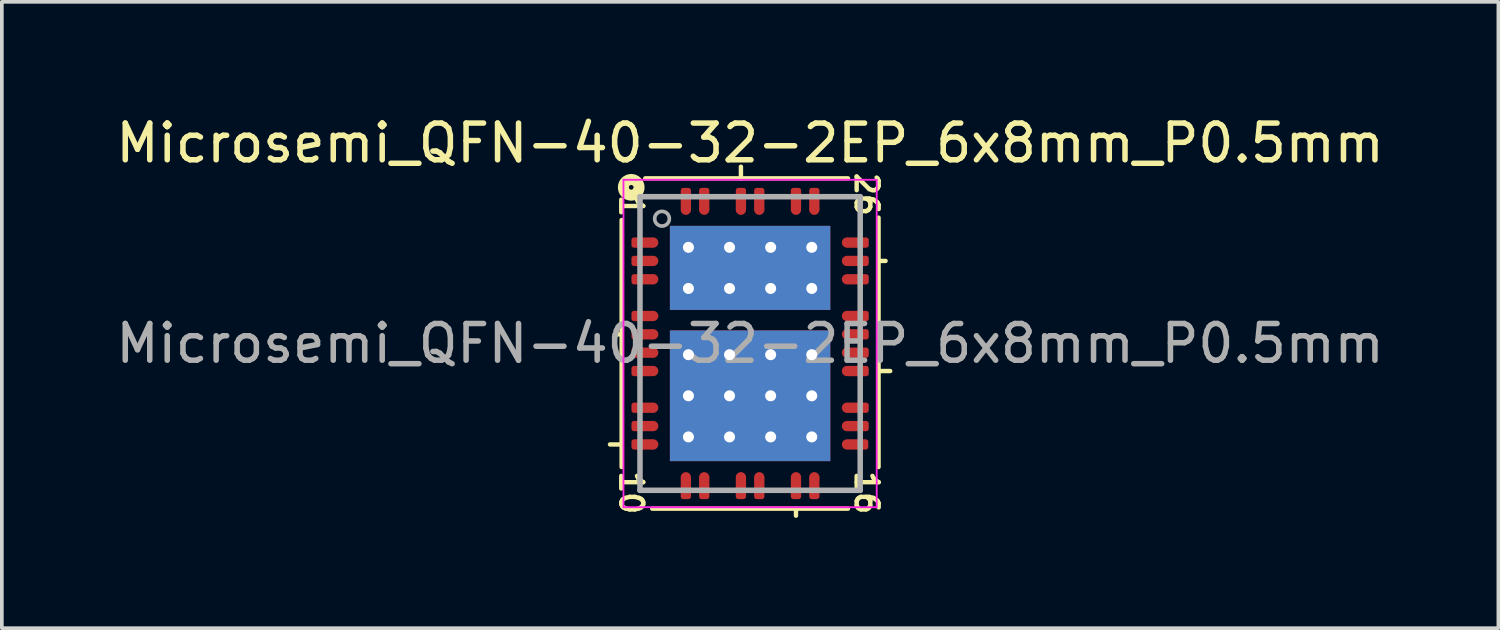
<source format=kicad_pcb>
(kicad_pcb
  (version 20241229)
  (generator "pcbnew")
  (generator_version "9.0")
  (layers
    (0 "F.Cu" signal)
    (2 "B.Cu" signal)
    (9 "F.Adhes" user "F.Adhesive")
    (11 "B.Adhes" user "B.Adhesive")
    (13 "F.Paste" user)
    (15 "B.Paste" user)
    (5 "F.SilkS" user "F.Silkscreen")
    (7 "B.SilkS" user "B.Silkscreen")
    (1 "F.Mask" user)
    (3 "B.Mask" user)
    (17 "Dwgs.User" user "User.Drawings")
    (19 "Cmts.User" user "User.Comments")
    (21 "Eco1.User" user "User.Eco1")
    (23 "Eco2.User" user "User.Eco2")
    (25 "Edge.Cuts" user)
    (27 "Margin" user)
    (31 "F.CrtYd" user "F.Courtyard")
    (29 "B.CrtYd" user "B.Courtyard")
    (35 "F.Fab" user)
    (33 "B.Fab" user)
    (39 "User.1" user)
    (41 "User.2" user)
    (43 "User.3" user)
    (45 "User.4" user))
  (footprint "Microsemi_QFN-40-32-2EP_6x8mm_P0.5mm"
    (layer "F.Cu")
    (at 17.387 6.309)
    (property "Reference" "Microsemi_QFN-40-32-2EP_6x8mm_P0.5mm" (at 0 -5.461 0) (layer "F.SilkS") (effects (font (size 1 1) (thickness 0.15))))
    (attr smd)
    (fp_line (start -3.5 -0.25) (end -3.691 -0.25) (stroke (width 0.12) (type solid)) (layer "F.SilkS"))
    (fp_line (start -3.5 2.75) (end -3.817 2.75) (stroke (width 0.12) (type solid)) (layer "F.SilkS"))
    (fp_line (start -3.5 3.365) (end -3.5 -3.365) (stroke (width 0.12) (type solid)) (layer "F.SilkS"))
    (fp_line (start -2.857 -4.5) (end 2.667 -4.5) (stroke (width 0.12) (type solid)) (layer "F.SilkS"))
    (fp_line (start -0.25 -4.5) (end -0.25 -4.817) (stroke (width 0.12) (type solid)) (layer "F.SilkS"))
    (fp_line (start 1.25 4.5) (end 1.25 4.691) (stroke (width 0.12) (type solid)) (layer "F.SilkS"))
    (fp_line (start 2.667 4.5) (end -2.667 4.5) (stroke (width 0.12) (type solid)) (layer "F.SilkS"))
    (fp_line (start 3.5 -3.429) (end 3.5 3.365) (stroke (width 0.12) (type solid)) (layer "F.SilkS"))
    (fp_line (start 3.5 -2.25) (end 3.691 -2.25) (stroke (width 0.12) (type solid)) (layer "F.SilkS"))
    (fp_line (start 3.5 0.75) (end 3.817 0.75) (stroke (width 0.12) (type solid)) (layer "F.SilkS"))
    (fp_circle (center -3.239 -4.255) (end -3.175 -4.255) (stroke (width 0.3) (type solid)) (fill no) (layer "F.SilkS"))
    (fp_line (start -3.45 -4.46) (end -3.45 4.46) (stroke (width 0.05) (type solid)) (layer "F.CrtYd"))
    (fp_line (start -3.45 -4.46) (end 3.45 -4.46) (stroke (width 0.05) (type solid)) (layer "F.CrtYd"))
    (fp_line (start -3.45 4.46) (end 3.45 4.46) (stroke (width 0.05) (type solid)) (layer "F.CrtYd"))
    (fp_line (start 3.45 -4.46) (end 3.45 4.46) (stroke (width 0.05) (type solid)) (layer "F.CrtYd"))
    (fp_line (start -3 -4) (end 3 -4) (stroke (width 0.15) (type solid)) (layer "F.Fab"))
    (fp_line (start -3 4) (end -3 -4) (stroke (width 0.15) (type solid)) (layer "F.Fab"))
    (fp_line (start 3 -4) (end 3 4) (stroke (width 0.15) (type solid)) (layer "F.Fab"))
    (fp_line (start 3 4) (end -3 4) (stroke (width 0.15) (type solid)) (layer "F.Fab"))
    (fp_circle (center -2.4 -3.4) (end -2.2 -3.4) (stroke (width 0.1) (type solid)) (fill no) (layer "F.Fab"))
    (fp_text user "26" (at 3.175 -4.064 270) (unlocked yes) (layer "F.SilkS") (effects (font (size 0.6 0.6) (thickness 0.12))))
    (fp_text user "10" (at -3.239 4.064 270) (unlocked yes) (layer "F.SilkS") (effects (font (size 0.6 0.6) (thickness 0.12))))
    (fp_text user "16" (at 3.175 4.064 270) (unlocked yes) (layer "F.SilkS") (effects (font (size 0.6 0.6) (thickness 0.12))))
    (fp_text user "1" (at -3.239 -3.747 270) (unlocked yes) (layer "F.SilkS") (effects (font (size 0.6 0.6) (thickness 0.12))))
    (fp_text user "${REFERENCE}" (at 0 0 0) (layer "F.Fab") (effects (font (size 1 1) (thickness 0.15))))
    (pad "" smd roundrect (at -1.1 -2.06) (size 1.8 1.8) (layers "F.Paste") (roundrect_rratio 0.149))
    (pad "" smd roundrect (at -1.1 1.425) (size 1.8 3.03) (layers "F.Paste") (roundrect_rratio 0.149))
    (pad "" smd roundrect (at 1.1 -2.06) (size 1.8 1.8) (layers "F.Paste") (roundrect_rratio 0.149))
    (pad "" smd roundrect (at 1.1 1.425) (size 1.8 3.03) (layers "F.Paste") (roundrect_rratio 0.149))
    (pad "1" smd roundrect (at -2.92 -2.75) (size 0.625 0.28) (layers "F.Cu" "F.Mask" "F.Paste") (roundrect_rratio 0.25))
    (pad "1" smd circle (at -2.64 -2.75) (size 0.28 0.28) (layers "F.Cu" "F.Mask" "F.Paste"))
    (pad "2" smd roundrect (at -2.92 -2.25) (size 0.625 0.28) (layers "F.Cu" "F.Mask" "F.Paste") (roundrect_rratio 0.25))
    (pad "2" smd circle (at -2.64 -2.25) (size 0.28 0.28) (layers "F.Cu" "F.Mask" "F.Paste"))
    (pad "3" smd roundrect (at -2.92 -1.75) (size 0.625 0.28) (layers "F.Cu" "F.Mask" "F.Paste") (roundrect_rratio 0.25))
    (pad "3" smd circle (at -2.64 -1.75) (size 0.28 0.28) (layers "F.Cu" "F.Mask" "F.Paste"))
    (pad "4" smd roundrect (at -2.92 -0.75) (size 0.625 0.28) (layers "F.Cu" "F.Mask" "F.Paste") (roundrect_rratio 0.25))
    (pad "4" smd circle (at -2.64 -0.75) (size 0.28 0.28) (layers "F.Cu" "F.Mask" "F.Paste"))
    (pad "5" smd roundrect (at -2.92 -0.25) (size 0.625 0.28) (layers "F.Cu" "F.Mask" "F.Paste") (roundrect_rratio 0.25))
    (pad "5" smd circle (at -2.64 -0.25) (size 0.28 0.28) (layers "F.Cu" "F.Mask" "F.Paste"))
    (pad "6" smd roundrect (at -2.92 0.25) (size 0.625 0.28) (layers "F.Cu" "F.Mask" "F.Paste") (roundrect_rratio 0.25))
    (pad "6" smd circle (at -2.64 0.25) (size 0.28 0.28) (layers "F.Cu" "F.Mask" "F.Paste"))
    (pad "7" smd roundrect (at -2.92 0.75) (size 0.625 0.28) (layers "F.Cu" "F.Mask" "F.Paste") (roundrect_rratio 0.25))
    (pad "7" smd circle (at -2.64 0.75) (size 0.28 0.28) (layers "F.Cu" "F.Mask" "F.Paste"))
    (pad "8" smd roundrect (at -2.92 1.75) (size 0.625 0.28) (layers "F.Cu" "F.Mask" "F.Paste") (roundrect_rratio 0.25))
    (pad "8" smd circle (at -2.64 1.75) (size 0.28 0.28) (layers "F.Cu" "F.Mask" "F.Paste"))
    (pad "9" smd roundrect (at -2.92 2.25) (size 0.625 0.28) (layers "F.Cu" "F.Mask" "F.Paste") (roundrect_rratio 0.25))
    (pad "9" smd circle (at -2.64 2.25) (size 0.28 0.28) (layers "F.Cu" "F.Mask" "F.Paste"))
    (pad "10" smd roundrect (at -2.92 2.75) (size 0.625 0.28) (layers "F.Cu" "F.Mask" "F.Paste") (roundrect_rratio 0.25))
    (pad "10" smd circle (at -2.64 2.75) (size 0.28 0.28) (layers "F.Cu" "F.Mask" "F.Paste"))
    (pad "11" smd circle (at -1.75 3.645) (size 0.28 0.28) (layers "F.Cu" "F.Mask" "F.Paste"))
    (pad "11" smd roundrect (at -1.75 3.925) (size 0.28 0.63) (layers "F.Cu" "F.Mask" "F.Paste") (roundrect_rratio 0.25))
    (pad "12" smd circle (at -1.25 3.645) (size 0.28 0.28) (layers "F.Cu" "F.Mask" "F.Paste"))
    (pad "12" smd roundrect (at -1.25 3.925) (size 0.28 0.63) (layers "F.Cu" "F.Mask" "F.Paste") (roundrect_rratio 0.25))
    (pad "13" smd circle (at -0.25 3.645) (size 0.28 0.28) (layers "F.Cu" "F.Mask" "F.Paste"))
    (pad "13" smd roundrect (at -0.25 3.925) (size 0.28 0.63) (layers "F.Cu" "F.Mask" "F.Paste") (roundrect_rratio 0.25))
    (pad "14" smd circle (at 0.25 3.645) (size 0.28 0.28) (layers "F.Cu" "F.Mask" "F.Paste"))
    (pad "14" smd roundrect (at 0.25 3.925) (size 0.28 0.63) (layers "F.Cu" "F.Mask" "F.Paste") (roundrect_rratio 0.25))
    (pad "15" smd circle (at 1.25 3.645) (size 0.28 0.28) (layers "F.Cu" "F.Mask" "F.Paste"))
    (pad "15" smd roundrect (at 1.25 3.925) (size 0.28 0.63) (layers "F.Cu" "F.Mask" "F.Paste") (roundrect_rratio 0.25))
    (pad "16" smd circle (at 1.75 3.645) (size 0.28 0.28) (layers "F.Cu" "F.Mask" "F.Paste"))
    (pad "16" smd roundrect (at 1.75 3.925) (size 0.28 0.63) (layers "F.Cu" "F.Mask" "F.Paste") (roundrect_rratio 0.25))
    (pad "17" smd circle (at 2.64 2.75) (size 0.28 0.28) (layers "F.Cu" "F.Mask" "F.Paste"))
    (pad "17" smd roundrect (at 2.92 2.75) (size 0.6 0.28) (layers "F.Cu" "F.Mask" "F.Paste") (roundrect_rratio 0.25))
    (pad "18" smd circle (at 2.64 2.25) (size 0.28 0.28) (layers "F.Cu" "F.Mask" "F.Paste"))
    (pad "18" smd roundrect (at 2.92 2.25) (size 0.625 0.28) (layers "F.Cu" "F.Mask" "F.Paste") (roundrect_rratio 0.25))
    (pad "19" smd circle (at 2.64 1.75) (size 0.28 0.28) (layers "F.Cu" "F.Mask" "F.Paste"))
    (pad "19" smd roundrect (at 2.92 1.75) (size 0.625 0.28) (layers "F.Cu" "F.Mask" "F.Paste") (roundrect_rratio 0.25))
    (pad "20" smd circle (at 2.64 0.75) (size 0.28 0.28) (layers "F.Cu" "F.Mask" "F.Paste"))
    (pad "20" smd roundrect (at 2.92 0.75) (size 0.625 0.28) (layers "F.Cu" "F.Mask" "F.Paste") (roundrect_rratio 0.25))
    (pad "21" smd circle (at 2.64 0.25) (size 0.28 0.28) (layers "F.Cu" "F.Mask" "F.Paste"))
    (pad "21" smd roundrect (at 2.92 0.25) (size 0.625 0.28) (layers "F.Cu" "F.Mask" "F.Paste") (roundrect_rratio 0.25))
    (pad "22" smd circle (at 2.64 -0.25) (size 0.28 0.28) (layers "F.Cu" "F.Mask" "F.Paste"))
    (pad "22" smd roundrect (at 2.92 -0.25) (size 0.625 0.28) (layers "F.Cu" "F.Mask" "F.Paste") (roundrect_rratio 0.25))
    (pad "23" smd circle (at 2.64 -0.75) (size 0.28 0.28) (layers "F.Cu" "F.Mask" "F.Paste"))
    (pad "23" smd roundrect (at 2.92 -0.75) (size 0.625 0.28) (layers "F.Cu" "F.Mask" "F.Paste") (roundrect_rratio 0.25))
    (pad "24" smd circle (at 2.64 -1.75) (size 0.28 0.28) (layers "F.Cu" "F.Mask" "F.Paste"))
    (pad "24" smd roundrect (at 2.92 -1.75) (size 0.625 0.28) (layers "F.Cu" "F.Mask" "F.Paste") (roundrect_rratio 0.25))
    (pad "25" smd circle (at 2.64 -2.25) (size 0.28 0.28) (layers "F.Cu" "F.Mask" "F.Paste"))
    (pad "25" smd roundrect (at 2.92 -2.25) (size 0.625 0.28) (layers "F.Cu" "F.Mask" "F.Paste") (roundrect_rratio 0.25))
    (pad "26" smd circle (at 2.64 -2.75) (size 0.28 0.28) (layers "F.Cu" "F.Mask" "F.Paste"))
    (pad "26" smd roundrect (at 2.92 -2.75) (size 0.625 0.28) (layers "F.Cu" "F.Mask" "F.Paste") (roundrect_rratio 0.25))
    (pad "27" smd roundrect (at 1.75 -3.925) (size 0.28 0.63) (layers "F.Cu" "F.Mask" "F.Paste") (roundrect_rratio 0.25))
    (pad "27" smd circle (at 1.75 -3.645) (size 0.28 0.28) (layers "F.Cu" "F.Mask" "F.Paste"))
    (pad "28" smd roundrect (at 1.25 -3.925) (size 0.28 0.63) (layers "F.Cu" "F.Mask" "F.Paste") (roundrect_rratio 0.25))
    (pad "28" smd circle (at 1.25 -3.645) (size 0.28 0.28) (layers "F.Cu" "F.Mask" "F.Paste"))
    (pad "29" smd roundrect (at 0.25 -3.925) (size 0.28 0.63) (layers "F.Cu" "F.Mask" "F.Paste") (roundrect_rratio 0.25))
    (pad "29" smd circle (at 0.25 -3.645) (size 0.28 0.28) (layers "F.Cu" "F.Mask" "F.Paste"))
    (pad "30" smd roundrect (at -0.25 -3.925) (size 0.28 0.63) (layers "F.Cu" "F.Mask" "F.Paste") (roundrect_rratio 0.25))
    (pad "30" smd circle (at -0.25 -3.645) (size 0.28 0.28) (layers "F.Cu" "F.Mask" "F.Paste"))
    (pad "31" smd roundrect (at -1.25 -3.925) (size 0.28 0.63) (layers "F.Cu" "F.Mask" "F.Paste") (roundrect_rratio 0.25))
    (pad "31" smd circle (at -1.25 -3.645) (size 0.28 0.28) (layers "F.Cu" "F.Mask" "F.Paste"))
    (pad "32" smd roundrect (at -1.75 -3.925) (size 0.28 0.63) (layers "F.Cu" "F.Mask" "F.Paste") (roundrect_rratio 0.25))
    (pad "32" smd circle (at -1.75 -3.645) (size 0.28 0.28) (layers "F.Cu" "F.Mask" "F.Paste"))
    (pad "33" thru_hole circle (at -1.68 -2.62) (size 0.6 0.6) (drill 0.3) (layers "*.Cu" "*.Mask"))
    (pad "33" thru_hole circle (at -1.68 -1.5) (size 0.6 0.6) (drill 0.3) (layers "*.Cu" "*.Mask"))
    (pad "33" thru_hole circle (at -0.56 -2.62) (size 0.6 0.6) (drill 0.3) (layers "*.Cu" "*.Mask"))
    (pad "33" thru_hole circle (at -0.56 -1.5) (size 0.6 0.6) (drill 0.3) (layers "*.Cu" "*.Mask"))
    (pad "33" smd rect (at 0 -2.06) (size 4.37 2.29) (layers "F.Cu" "F.Mask"))
    (pad "33" smd rect (at 0 -2.06) (size 4.37 2.29) (layers "B.Cu" "B.Mask"))
    (pad "33" thru_hole circle (at 0.56 -2.62) (size 0.6 0.6) (drill 0.3) (layers "*.Cu" "*.Mask"))
    (pad "33" thru_hole circle (at 0.56 -1.5) (size 0.6 0.6) (drill 0.3) (layers "*.Cu" "*.Mask"))
    (pad "33" thru_hole circle (at 1.68 -2.62) (size 0.6 0.6) (drill 0.3) (layers "*.Cu" "*.Mask"))
    (pad "33" thru_hole circle (at 1.68 -1.5) (size 0.6 0.6) (drill 0.3) (layers "*.Cu" "*.Mask"))
    (pad "34" thru_hole circle (at -1.68 0.305) (size 0.6 0.6) (drill 0.3) (layers "*.Cu" "*.Mask"))
    (pad "34" thru_hole circle (at -1.68 1.425) (size 0.6 0.6) (drill 0.3) (layers "*.Cu" "*.Mask"))
    (pad "34" thru_hole circle (at -1.68 2.545) (size 0.6 0.6) (drill 0.3) (layers "*.Cu" "*.Mask"))
    (pad "34" thru_hole circle (at -0.56 0.305) (size 0.6 0.6) (drill 0.3) (layers "*.Cu" "*.Mask"))
    (pad "34" thru_hole circle (at -0.56 1.425) (size 0.6 0.6) (drill 0.3) (layers "*.Cu" "*.Mask"))
    (pad "34" thru_hole circle (at -0.56 2.545) (size 0.6 0.6) (drill 0.3) (layers "*.Cu" "*.Mask"))
    (pad "34" smd rect (at 0 1.425) (size 4.37 3.56) (layers "F.Cu" "F.Mask"))
    (pad "34" smd rect (at 0 1.425) (size 4.37 3.56) (layers "B.Cu" "B.Mask"))
    (pad "34" thru_hole circle (at 0.56 0.305) (size 0.6 0.6) (drill 0.3) (layers "*.Cu" "*.Mask"))
    (pad "34" thru_hole circle (at 0.56 1.425) (size 0.6 0.6) (drill 0.3) (layers "*.Cu" "*.Mask"))
    (pad "34" thru_hole circle (at 0.56 2.545) (size 0.6 0.6) (drill 0.3) (layers "*.Cu" "*.Mask"))
    (pad "34" thru_hole circle (at 1.68 0.305) (size 0.6 0.6) (drill 0.3) (layers "*.Cu" "*.Mask"))
    (pad "34" thru_hole circle (at 1.68 1.425) (size 0.6 0.6) (drill 0.3) (layers "*.Cu" "*.Mask"))
    (pad "34" thru_hole circle (at 1.68 2.545) (size 0.6 0.6) (drill 0.3) (layers "*.Cu" "*.Mask")))
  (gr_rect
    (start -3 -3)
    (end 37.774 14.065)
    (stroke (width 0.1) (type default))
    (fill no)
    (layer "Edge.Cuts")))
</source>
